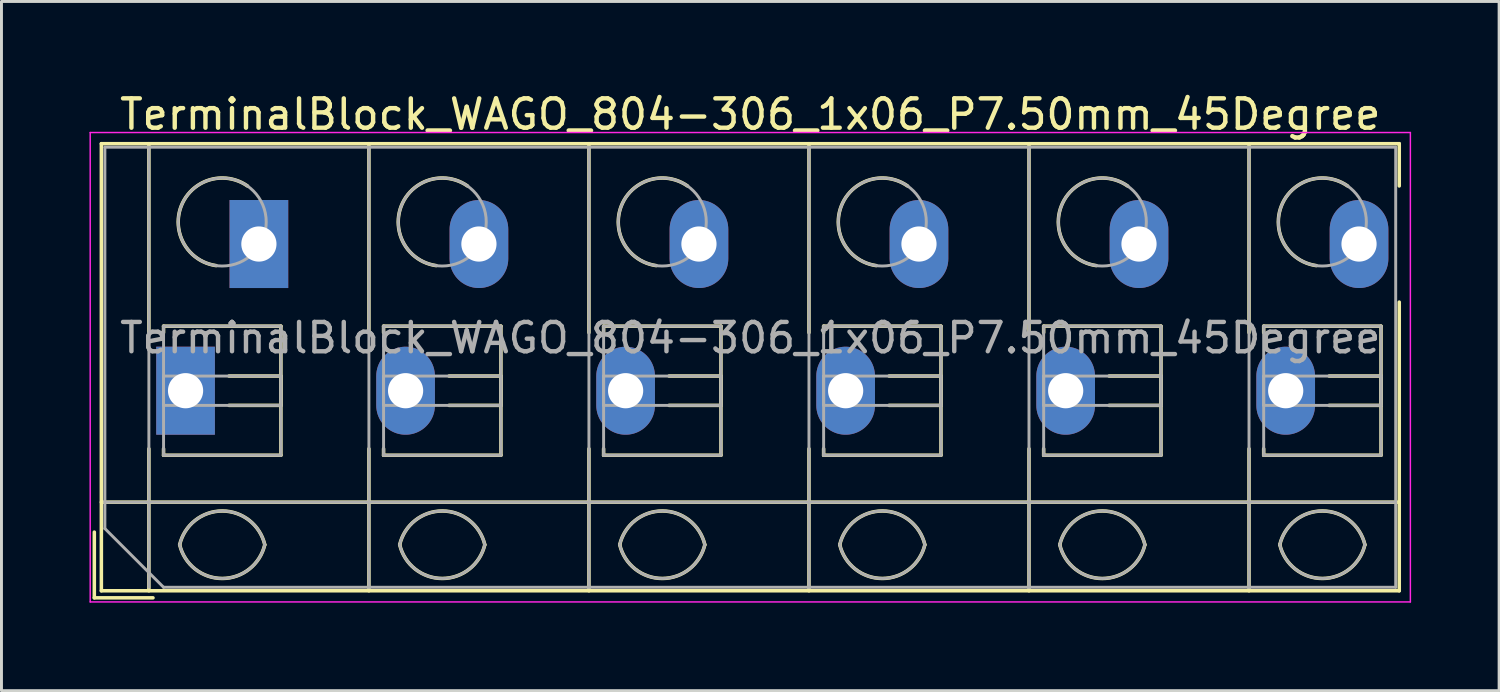
<source format=kicad_pcb>
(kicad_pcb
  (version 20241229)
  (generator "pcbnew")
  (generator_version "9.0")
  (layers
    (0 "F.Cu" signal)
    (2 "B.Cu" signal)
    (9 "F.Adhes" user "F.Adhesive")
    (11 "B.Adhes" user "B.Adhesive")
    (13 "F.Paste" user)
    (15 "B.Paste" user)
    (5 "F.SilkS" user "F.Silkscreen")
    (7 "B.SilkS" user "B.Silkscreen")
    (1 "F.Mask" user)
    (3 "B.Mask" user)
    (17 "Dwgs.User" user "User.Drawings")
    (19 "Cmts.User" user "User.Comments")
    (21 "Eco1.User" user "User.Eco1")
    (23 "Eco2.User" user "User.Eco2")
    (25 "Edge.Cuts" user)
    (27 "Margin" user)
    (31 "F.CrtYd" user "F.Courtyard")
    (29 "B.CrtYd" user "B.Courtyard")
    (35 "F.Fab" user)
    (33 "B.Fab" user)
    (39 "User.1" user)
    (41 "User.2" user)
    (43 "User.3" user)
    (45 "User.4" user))
  (footprint "TerminalBlock_WAGO_804-306_1x06_P7.50mm_45Degree"
    (layer "F.Cu")
    (at 3.275 10.268)
    (property "Reference" "TerminalBlock_WAGO_804-306_1x06_P7.50mm_45Degree" (at 19.25 -9.42 0) (layer "F.SilkS") (effects (font (size 1 1) (thickness 0.15))))
    (attr through_hole)
    (fp_line (start -3.11 4.82) (end -3.11 7.06) (stroke (width 0.12) (type solid)) (layer "F.SilkS"))
    (fp_line (start -3.11 7.06) (end -1.11 7.06) (stroke (width 0.12) (type solid)) (layer "F.SilkS"))
    (fp_line (start -2.87 -8.42) (end -2.87 6.82) (stroke (width 0.12) (type solid)) (layer "F.SilkS"))
    (fp_line (start -2.87 -8.42) (end 41.371 -8.42) (stroke (width 0.12) (type solid)) (layer "F.SilkS"))
    (fp_line (start -2.87 3.8) (end 41.371 3.8) (stroke (width 0.12) (type solid)) (layer "F.SilkS"))
    (fp_line (start -2.87 6.82) (end 41.371 6.82) (stroke (width 0.12) (type solid)) (layer "F.SilkS"))
    (fp_line (start -1.25 -8.42) (end -1.25 -1.98) (stroke (width 0.12) (type solid)) (layer "F.SilkS"))
    (fp_line (start -1.25 1.98) (end -1.25 6.82) (stroke (width 0.12) (type solid)) (layer "F.SilkS"))
    (fp_line (start -0.75 -2.2) (end -0.75 -1.98) (stroke (width 0.12) (type solid)) (layer "F.SilkS"))
    (fp_line (start -0.75 -2.2) (end 3.25 -2.2) (stroke (width 0.12) (type solid)) (layer "F.SilkS"))
    (fp_line (start -0.75 1.98) (end -0.75 2.2) (stroke (width 0.12) (type solid)) (layer "F.SilkS"))
    (fp_line (start -0.75 2.2) (end 3.25 2.2) (stroke (width 0.12) (type solid)) (layer "F.SilkS"))
    (fp_line (start 1.48 -0.5) (end 3.25 -0.5) (stroke (width 0.12) (type solid)) (layer "F.SilkS"))
    (fp_line (start 1.48 0.5) (end 3.25 0.5) (stroke (width 0.12) (type solid)) (layer "F.SilkS"))
    (fp_line (start 3.25 -2.2) (end 3.25 2.2) (stroke (width 0.12) (type solid)) (layer "F.SilkS"))
    (fp_line (start 3.25 -0.5) (end 3.25 0.5) (stroke (width 0.12) (type solid)) (layer "F.SilkS"))
    (fp_line (start 6.25 -8.42) (end 6.25 -1.98) (stroke (width 0.12) (type solid)) (layer "F.SilkS"))
    (fp_line (start 6.25 1.98) (end 6.25 6.82) (stroke (width 0.12) (type solid)) (layer "F.SilkS"))
    (fp_line (start 6.75 -2.2) (end 6.75 -1.98) (stroke (width 0.12) (type solid)) (layer "F.SilkS"))
    (fp_line (start 6.75 -2.2) (end 10.75 -2.2) (stroke (width 0.12) (type solid)) (layer "F.SilkS"))
    (fp_line (start 6.75 1.98) (end 6.75 2.2) (stroke (width 0.12) (type solid)) (layer "F.SilkS"))
    (fp_line (start 6.75 2.2) (end 10.75 2.2) (stroke (width 0.12) (type solid)) (layer "F.SilkS"))
    (fp_line (start 8.98 -0.5) (end 10.75 -0.5) (stroke (width 0.12) (type solid)) (layer "F.SilkS"))
    (fp_line (start 8.98 0.5) (end 10.75 0.5) (stroke (width 0.12) (type solid)) (layer "F.SilkS"))
    (fp_line (start 10.75 -2.2) (end 10.75 2.2) (stroke (width 0.12) (type solid)) (layer "F.SilkS"))
    (fp_line (start 10.75 -0.5) (end 10.75 0.5) (stroke (width 0.12) (type solid)) (layer "F.SilkS"))
    (fp_line (start 13.75 -8.42) (end 13.75 -1.98) (stroke (width 0.12) (type solid)) (layer "F.SilkS"))
    (fp_line (start 13.75 1.98) (end 13.75 6.82) (stroke (width 0.12) (type solid)) (layer "F.SilkS"))
    (fp_line (start 14.25 -2.2) (end 14.25 -1.98) (stroke (width 0.12) (type solid)) (layer "F.SilkS"))
    (fp_line (start 14.25 -2.2) (end 18.25 -2.2) (stroke (width 0.12) (type solid)) (layer "F.SilkS"))
    (fp_line (start 14.25 1.98) (end 14.25 2.2) (stroke (width 0.12) (type solid)) (layer "F.SilkS"))
    (fp_line (start 14.25 2.2) (end 18.25 2.2) (stroke (width 0.12) (type solid)) (layer "F.SilkS"))
    (fp_line (start 16.48 -0.5) (end 18.25 -0.5) (stroke (width 0.12) (type solid)) (layer "F.SilkS"))
    (fp_line (start 16.48 0.5) (end 18.25 0.5) (stroke (width 0.12) (type solid)) (layer "F.SilkS"))
    (fp_line (start 18.25 -2.2) (end 18.25 2.2) (stroke (width 0.12) (type solid)) (layer "F.SilkS"))
    (fp_line (start 18.25 -0.5) (end 18.25 0.5) (stroke (width 0.12) (type solid)) (layer "F.SilkS"))
    (fp_line (start 21.25 -8.42) (end 21.25 -1.98) (stroke (width 0.12) (type solid)) (layer "F.SilkS"))
    (fp_line (start 21.25 1.98) (end 21.25 6.82) (stroke (width 0.12) (type solid)) (layer "F.SilkS"))
    (fp_line (start 21.75 -2.2) (end 21.75 -1.98) (stroke (width 0.12) (type solid)) (layer "F.SilkS"))
    (fp_line (start 21.75 -2.2) (end 25.75 -2.2) (stroke (width 0.12) (type solid)) (layer "F.SilkS"))
    (fp_line (start 21.75 1.98) (end 21.75 2.2) (stroke (width 0.12) (type solid)) (layer "F.SilkS"))
    (fp_line (start 21.75 2.2) (end 25.75 2.2) (stroke (width 0.12) (type solid)) (layer "F.SilkS"))
    (fp_line (start 23.98 -0.5) (end 25.75 -0.5) (stroke (width 0.12) (type solid)) (layer "F.SilkS"))
    (fp_line (start 23.98 0.5) (end 25.75 0.5) (stroke (width 0.12) (type solid)) (layer "F.SilkS"))
    (fp_line (start 25.75 -2.2) (end 25.75 2.2) (stroke (width 0.12) (type solid)) (layer "F.SilkS"))
    (fp_line (start 25.75 -0.5) (end 25.75 0.5) (stroke (width 0.12) (type solid)) (layer "F.SilkS"))
    (fp_line (start 28.75 -8.42) (end 28.75 -1.98) (stroke (width 0.12) (type solid)) (layer "F.SilkS"))
    (fp_line (start 28.75 1.98) (end 28.75 6.82) (stroke (width 0.12) (type solid)) (layer "F.SilkS"))
    (fp_line (start 29.25 -2.2) (end 29.25 -1.98) (stroke (width 0.12) (type solid)) (layer "F.SilkS"))
    (fp_line (start 29.25 -2.2) (end 33.25 -2.2) (stroke (width 0.12) (type solid)) (layer "F.SilkS"))
    (fp_line (start 29.25 1.98) (end 29.25 2.2) (stroke (width 0.12) (type solid)) (layer "F.SilkS"))
    (fp_line (start 29.25 2.2) (end 33.25 2.2) (stroke (width 0.12) (type solid)) (layer "F.SilkS"))
    (fp_line (start 31.48 -0.5) (end 33.25 -0.5) (stroke (width 0.12) (type solid)) (layer "F.SilkS"))
    (fp_line (start 31.48 0.5) (end 33.25 0.5) (stroke (width 0.12) (type solid)) (layer "F.SilkS"))
    (fp_line (start 33.25 -2.2) (end 33.25 2.2) (stroke (width 0.12) (type solid)) (layer "F.SilkS"))
    (fp_line (start 33.25 -0.5) (end 33.25 0.5) (stroke (width 0.12) (type solid)) (layer "F.SilkS"))
    (fp_line (start 36.25 -8.42) (end 36.25 -1.98) (stroke (width 0.12) (type solid)) (layer "F.SilkS"))
    (fp_line (start 36.25 1.98) (end 36.25 6.82) (stroke (width 0.12) (type solid)) (layer "F.SilkS"))
    (fp_line (start 36.75 -2.2) (end 36.75 -1.98) (stroke (width 0.12) (type solid)) (layer "F.SilkS"))
    (fp_line (start 36.75 -2.2) (end 40.75 -2.2) (stroke (width 0.12) (type solid)) (layer "F.SilkS"))
    (fp_line (start 36.75 1.98) (end 36.75 2.2) (stroke (width 0.12) (type solid)) (layer "F.SilkS"))
    (fp_line (start 36.75 2.2) (end 40.75 2.2) (stroke (width 0.12) (type solid)) (layer "F.SilkS"))
    (fp_line (start 38.98 -0.5) (end 40.75 -0.5) (stroke (width 0.12) (type solid)) (layer "F.SilkS"))
    (fp_line (start 38.98 0.5) (end 40.75 0.5) (stroke (width 0.12) (type solid)) (layer "F.SilkS"))
    (fp_line (start 40.75 -2.2) (end 40.75 2.2) (stroke (width 0.12) (type solid)) (layer "F.SilkS"))
    (fp_line (start 40.75 -0.5) (end 40.75 0.5) (stroke (width 0.12) (type solid)) (layer "F.SilkS"))
    (fp_line (start 41.371 -8.42) (end 41.371 -6.98) (stroke (width 0.12) (type solid)) (layer "F.SilkS"))
    (fp_line (start 41.371 -3.02) (end 41.371 6.82) (stroke (width 0.12) (type solid)) (layer "F.SilkS"))
    (fp_arc (start -0.200865 5.250424) (mid 1.250296 4.099926) (end 2.701 5.251) (stroke (width 0.12) (type solid)) (layer "F.SilkS"))
    (fp_arc (start 1.040798 -4.264067) (mid -0.146039 -6.300306) (end 2.111 -6.979) (stroke (width 0.12) (type solid)) (layer "F.SilkS"))
    (fp_arc (start 2.7 5.25) (mid 1.250068 6.400101) (end -0.199969 5.250133) (stroke (width 0.12) (type solid)) (layer "F.SilkS"))
    (fp_arc (start 7.299135 5.250424) (mid 8.750296 4.099926) (end 10.201 5.251) (stroke (width 0.12) (type solid)) (layer "F.SilkS"))
    (fp_arc (start 8.540798 -4.264067) (mid 7.353961 -6.300306) (end 9.611 -6.979) (stroke (width 0.12) (type solid)) (layer "F.SilkS"))
    (fp_arc (start 10.2 5.25) (mid 8.750068 6.400101) (end 7.300031 5.250133) (stroke (width 0.12) (type solid)) (layer "F.SilkS"))
    (fp_arc (start 14.799135 5.250424) (mid 16.250296 4.099926) (end 17.701 5.251) (stroke (width 0.12) (type solid)) (layer "F.SilkS"))
    (fp_arc (start 16.040798 -4.264067) (mid 14.853961 -6.300306) (end 17.111 -6.979) (stroke (width 0.12) (type solid)) (layer "F.SilkS"))
    (fp_arc (start 17.7 5.25) (mid 16.250068 6.400101) (end 14.800031 5.250133) (stroke (width 0.12) (type solid)) (layer "F.SilkS"))
    (fp_arc (start 22.299135 5.250424) (mid 23.750296 4.099926) (end 25.201 5.251) (stroke (width 0.12) (type solid)) (layer "F.SilkS"))
    (fp_arc (start 23.540798 -4.264067) (mid 22.353961 -6.300306) (end 24.611 -6.979) (stroke (width 0.12) (type solid)) (layer "F.SilkS"))
    (fp_arc (start 25.2 5.25) (mid 23.750068 6.400101) (end 22.300031 5.250133) (stroke (width 0.12) (type solid)) (layer "F.SilkS"))
    (fp_arc (start 29.799135 5.250424) (mid 31.250296 4.099926) (end 32.701 5.251) (stroke (width 0.12) (type solid)) (layer "F.SilkS"))
    (fp_arc (start 31.040798 -4.264067) (mid 29.853961 -6.300306) (end 32.111 -6.979) (stroke (width 0.12) (type solid)) (layer "F.SilkS"))
    (fp_arc (start 32.701 5.25) (mid 31.250296 6.401074) (end 29.799135 5.250576) (stroke (width 0.12) (type solid)) (layer "F.SilkS"))
    (fp_arc (start 37.299135 5.250424) (mid 38.750296 4.099926) (end 40.201 5.251) (stroke (width 0.12) (type solid)) (layer "F.SilkS"))
    (fp_arc (start 38.540798 -4.264067) (mid 37.353961 -6.300306) (end 39.611 -6.979) (stroke (width 0.12) (type solid)) (layer "F.SilkS"))
    (fp_arc (start 40.2 5.25) (mid 38.750068 6.400101) (end 37.300031 5.250133) (stroke (width 0.12) (type solid)) (layer "F.SilkS"))
    (fp_line (start -3.25 -8.8) (end -3.25 7.2) (stroke (width 0.05) (type solid)) (layer "F.CrtYd"))
    (fp_line (start -3.25 7.2) (end 41.75 7.2) (stroke (width 0.05) (type solid)) (layer "F.CrtYd"))
    (fp_line (start 41.75 -8.8) (end -3.25 -8.8) (stroke (width 0.05) (type solid)) (layer "F.CrtYd"))
    (fp_line (start 41.75 7.2) (end 41.75 -8.8) (stroke (width 0.05) (type solid)) (layer "F.CrtYd"))
    (fp_line (start -2.75 -8.3) (end 41.25 -8.3) (stroke (width 0.1) (type solid)) (layer "F.Fab"))
    (fp_line (start -2.75 3.8) (end 41.25 3.8) (stroke (width 0.1) (type solid)) (layer "F.Fab"))
    (fp_line (start -2.75 4.7) (end -2.75 -8.3) (stroke (width 0.1) (type solid)) (layer "F.Fab"))
    (fp_line (start -1.25 -8.3) (end -1.25 6.7) (stroke (width 0.1) (type solid)) (layer "F.Fab"))
    (fp_line (start -0.75 -2.2) (end -0.75 2.2) (stroke (width 0.1) (type solid)) (layer "F.Fab"))
    (fp_line (start -0.75 -0.5) (end -0.75 0.5) (stroke (width 0.1) (type solid)) (layer "F.Fab"))
    (fp_line (start -0.75 0.5) (end 3.25 0.5) (stroke (width 0.1) (type solid)) (layer "F.Fab"))
    (fp_line (start -0.75 2.2) (end 3.25 2.2) (stroke (width 0.1) (type solid)) (layer "F.Fab"))
    (fp_line (start -0.75 6.7) (end -2.75 4.7) (stroke (width 0.1) (type solid)) (layer "F.Fab"))
    (fp_line (start 3.25 -2.2) (end -0.75 -2.2) (stroke (width 0.1) (type solid)) (layer "F.Fab"))
    (fp_line (start 3.25 -0.5) (end -0.75 -0.5) (stroke (width 0.1) (type solid)) (layer "F.Fab"))
    (fp_line (start 3.25 0.5) (end 3.25 -0.5) (stroke (width 0.1) (type solid)) (layer "F.Fab"))
    (fp_line (start 3.25 2.2) (end 3.25 -2.2) (stroke (width 0.1) (type solid)) (layer "F.Fab"))
    (fp_line (start 6.25 -8.3) (end 6.25 6.7) (stroke (width 0.1) (type solid)) (layer "F.Fab"))
    (fp_line (start 6.75 -2.2) (end 6.75 2.2) (stroke (width 0.1) (type solid)) (layer "F.Fab"))
    (fp_line (start 6.75 -0.5) (end 6.75 0.5) (stroke (width 0.1) (type solid)) (layer "F.Fab"))
    (fp_line (start 6.75 0.5) (end 10.75 0.5) (stroke (width 0.1) (type solid)) (layer "F.Fab"))
    (fp_line (start 6.75 2.2) (end 10.75 2.2) (stroke (width 0.1) (type solid)) (layer "F.Fab"))
    (fp_line (start 10.75 -2.2) (end 6.75 -2.2) (stroke (width 0.1) (type solid)) (layer "F.Fab"))
    (fp_line (start 10.75 -0.5) (end 6.75 -0.5) (stroke (width 0.1) (type solid)) (layer "F.Fab"))
    (fp_line (start 10.75 0.5) (end 10.75 -0.5) (stroke (width 0.1) (type solid)) (layer "F.Fab"))
    (fp_line (start 10.75 2.2) (end 10.75 -2.2) (stroke (width 0.1) (type solid)) (layer "F.Fab"))
    (fp_line (start 13.75 -8.3) (end 13.75 6.7) (stroke (width 0.1) (type solid)) (layer "F.Fab"))
    (fp_line (start 14.25 -2.2) (end 14.25 2.2) (stroke (width 0.1) (type solid)) (layer "F.Fab"))
    (fp_line (start 14.25 -0.5) (end 14.25 0.5) (stroke (width 0.1) (type solid)) (layer "F.Fab"))
    (fp_line (start 14.25 0.5) (end 18.25 0.5) (stroke (width 0.1) (type solid)) (layer "F.Fab"))
    (fp_line (start 14.25 2.2) (end 18.25 2.2) (stroke (width 0.1) (type solid)) (layer "F.Fab"))
    (fp_line (start 18.25 -2.2) (end 14.25 -2.2) (stroke (width 0.1) (type solid)) (layer "F.Fab"))
    (fp_line (start 18.25 -0.5) (end 14.25 -0.5) (stroke (width 0.1) (type solid)) (layer "F.Fab"))
    (fp_line (start 18.25 0.5) (end 18.25 -0.5) (stroke (width 0.1) (type solid)) (layer "F.Fab"))
    (fp_line (start 18.25 2.2) (end 18.25 -2.2) (stroke (width 0.1) (type solid)) (layer "F.Fab"))
    (fp_line (start 21.25 -8.3) (end 21.25 6.7) (stroke (width 0.1) (type solid)) (layer "F.Fab"))
    (fp_line (start 21.75 -2.2) (end 21.75 2.2) (stroke (width 0.1) (type solid)) (layer "F.Fab"))
    (fp_line (start 21.75 -0.5) (end 21.75 0.5) (stroke (width 0.1) (type solid)) (layer "F.Fab"))
    (fp_line (start 21.75 0.5) (end 25.75 0.5) (stroke (width 0.1) (type solid)) (layer "F.Fab"))
    (fp_line (start 21.75 2.2) (end 25.75 2.2) (stroke (width 0.1) (type solid)) (layer "F.Fab"))
    (fp_line (start 25.75 -2.2) (end 21.75 -2.2) (stroke (width 0.1) (type solid)) (layer "F.Fab"))
    (fp_line (start 25.75 -0.5) (end 21.75 -0.5) (stroke (width 0.1) (type solid)) (layer "F.Fab"))
    (fp_line (start 25.75 0.5) (end 25.75 -0.5) (stroke (width 0.1) (type solid)) (layer "F.Fab"))
    (fp_line (start 25.75 2.2) (end 25.75 -2.2) (stroke (width 0.1) (type solid)) (layer "F.Fab"))
    (fp_line (start 28.75 -8.3) (end 28.75 6.7) (stroke (width 0.1) (type solid)) (layer "F.Fab"))
    (fp_line (start 29.25 -2.2) (end 29.25 2.2) (stroke (width 0.1) (type solid)) (layer "F.Fab"))
    (fp_line (start 29.25 -0.5) (end 29.25 0.5) (stroke (width 0.1) (type solid)) (layer "F.Fab"))
    (fp_line (start 29.25 0.5) (end 33.25 0.5) (stroke (width 0.1) (type solid)) (layer "F.Fab"))
    (fp_line (start 29.25 2.2) (end 33.25 2.2) (stroke (width 0.1) (type solid)) (layer "F.Fab"))
    (fp_line (start 33.25 -2.2) (end 29.25 -2.2) (stroke (width 0.1) (type solid)) (layer "F.Fab"))
    (fp_line (start 33.25 -0.5) (end 29.25 -0.5) (stroke (width 0.1) (type solid)) (layer "F.Fab"))
    (fp_line (start 33.25 0.5) (end 33.25 -0.5) (stroke (width 0.1) (type solid)) (layer "F.Fab"))
    (fp_line (start 33.25 2.2) (end 33.25 -2.2) (stroke (width 0.1) (type solid)) (layer "F.Fab"))
    (fp_line (start 36.25 -8.3) (end 36.25 6.7) (stroke (width 0.1) (type solid)) (layer "F.Fab"))
    (fp_line (start 36.75 -2.2) (end 36.75 2.2) (stroke (width 0.1) (type solid)) (layer "F.Fab"))
    (fp_line (start 36.75 -0.5) (end 36.75 0.5) (stroke (width 0.1) (type solid)) (layer "F.Fab"))
    (fp_line (start 36.75 0.5) (end 40.75 0.5) (stroke (width 0.1) (type solid)) (layer "F.Fab"))
    (fp_line (start 36.75 2.2) (end 40.75 2.2) (stroke (width 0.1) (type solid)) (layer "F.Fab"))
    (fp_line (start 40.75 -2.2) (end 36.75 -2.2) (stroke (width 0.1) (type solid)) (layer "F.Fab"))
    (fp_line (start 40.75 -0.5) (end 36.75 -0.5) (stroke (width 0.1) (type solid)) (layer "F.Fab"))
    (fp_line (start 40.75 0.5) (end 40.75 -0.5) (stroke (width 0.1) (type solid)) (layer "F.Fab"))
    (fp_line (start 40.75 2.2) (end 40.75 -2.2) (stroke (width 0.1) (type solid)) (layer "F.Fab"))
    (fp_line (start 41.25 -8.3) (end 41.25 6.7) (stroke (width 0.1) (type solid)) (layer "F.Fab"))
    (fp_line (start 41.25 6.7) (end -0.75 6.7) (stroke (width 0.1) (type solid)) (layer "F.Fab"))
    (fp_arc (start -0.200865 5.250424) (mid 1.250296 4.099926) (end 2.701 5.251) (stroke (width 0.1) (type solid)) (layer "F.Fab"))
    (fp_arc (start 2.7 5.25) (mid 1.250068 6.400101) (end -0.199969 5.250133) (stroke (width 0.1) (type solid)) (layer "F.Fab"))
    (fp_arc (start 7.299135 5.250424) (mid 8.750296 4.099926) (end 10.201 5.251) (stroke (width 0.1) (type solid)) (layer "F.Fab"))
    (fp_arc (start 10.2 5.25) (mid 8.750068 6.400101) (end 7.300031 5.250133) (stroke (width 0.1) (type solid)) (layer "F.Fab"))
    (fp_arc (start 14.799135 5.250424) (mid 16.250296 4.099926) (end 17.701 5.251) (stroke (width 0.1) (type solid)) (layer "F.Fab"))
    (fp_arc (start 17.7 5.25) (mid 16.250068 6.400101) (end 14.800031 5.250133) (stroke (width 0.1) (type solid)) (layer "F.Fab"))
    (fp_arc (start 22.299135 5.250424) (mid 23.750296 4.099926) (end 25.201 5.251) (stroke (width 0.1) (type solid)) (layer "F.Fab"))
    (fp_arc (start 25.2 5.25) (mid 23.750068 6.400101) (end 22.300031 5.250133) (stroke (width 0.1) (type solid)) (layer "F.Fab"))
    (fp_arc (start 29.799135 5.250424) (mid 31.250296 4.099926) (end 32.701 5.251) (stroke (width 0.1) (type solid)) (layer "F.Fab"))
    (fp_arc (start 32.701 5.25) (mid 31.250296 6.401074) (end 29.799135 5.250576) (stroke (width 0.1) (type solid)) (layer "F.Fab"))
    (fp_arc (start 37.299135 5.250424) (mid 38.750296 4.099926) (end 40.201 5.251) (stroke (width 0.1) (type solid)) (layer "F.Fab"))
    (fp_arc (start 40.2 5.25) (mid 38.750068 6.400101) (end 37.300031 5.250133) (stroke (width 0.1) (type solid)) (layer "F.Fab"))
    (fp_circle (center 1.25 -5.75) (end 2.75 -5.75) (stroke (width 0.1) (type solid)) (fill no) (layer "F.Fab"))
    (fp_circle (center 8.75 -5.75) (end 10.25 -5.75) (stroke (width 0.1) (type solid)) (fill no) (layer "F.Fab"))
    (fp_circle (center 16.25 -5.75) (end 17.75 -5.75) (stroke (width 0.1) (type solid)) (fill no) (layer "F.Fab"))
    (fp_circle (center 23.75 -5.75) (end 25.25 -5.75) (stroke (width 0.1) (type solid)) (fill no) (layer "F.Fab"))
    (fp_circle (center 31.25 -5.75) (end 32.75 -5.75) (stroke (width 0.1) (type solid)) (fill no) (layer "F.Fab"))
    (fp_circle (center 38.75 -5.75) (end 40.25 -5.75) (stroke (width 0.1) (type solid)) (fill no) (layer "F.Fab"))
    (fp_text user "${REFERENCE}" (at 19.25 -1.8 0) (layer "F.Fab") (effects (font (size 1 1) (thickness 0.15))))
    (pad "1" thru_hole rect (at 0 0) (size 2 3) (drill 1.2) (layers "*.Cu" "*.Mask"))
    (pad "1" thru_hole rect (at 2.5 -5) (size 2 3) (drill 1.2) (layers "*.Cu" "*.Mask"))
    (pad "2" thru_hole oval (at 7.5 0) (size 2 3) (drill 1.2) (layers "*.Cu" "*.Mask"))
    (pad "2" thru_hole oval (at 10 -5) (size 2 3) (drill 1.2) (layers "*.Cu" "*.Mask"))
    (pad "3" thru_hole oval (at 15 0) (size 2 3) (drill 1.2) (layers "*.Cu" "*.Mask"))
    (pad "3" thru_hole oval (at 17.5 -5) (size 2 3) (drill 1.2) (layers "*.Cu" "*.Mask"))
    (pad "4" thru_hole oval (at 22.5 0) (size 2 3) (drill 1.2) (layers "*.Cu" "*.Mask"))
    (pad "4" thru_hole oval (at 25 -5) (size 2 3) (drill 1.2) (layers "*.Cu" "*.Mask"))
    (pad "5" thru_hole oval (at 30 0) (size 2 3) (drill 1.2) (layers "*.Cu" "*.Mask"))
    (pad "5" thru_hole oval (at 32.5 -5) (size 2 3) (drill 1.2) (layers "*.Cu" "*.Mask"))
    (pad "6" thru_hole oval (at 37.5 0) (size 2 3) (drill 1.2) (layers "*.Cu" "*.Mask"))
    (pad "6" thru_hole oval (at 40 -5) (size 2 3) (drill 1.2) (layers "*.Cu" "*.Mask")))
  (gr_rect
    (start -3 -3)
    (end 48.05 20.493)
    (stroke (width 0.1) (type default))
    (fill no)
    (layer "Edge.Cuts")))
</source>
